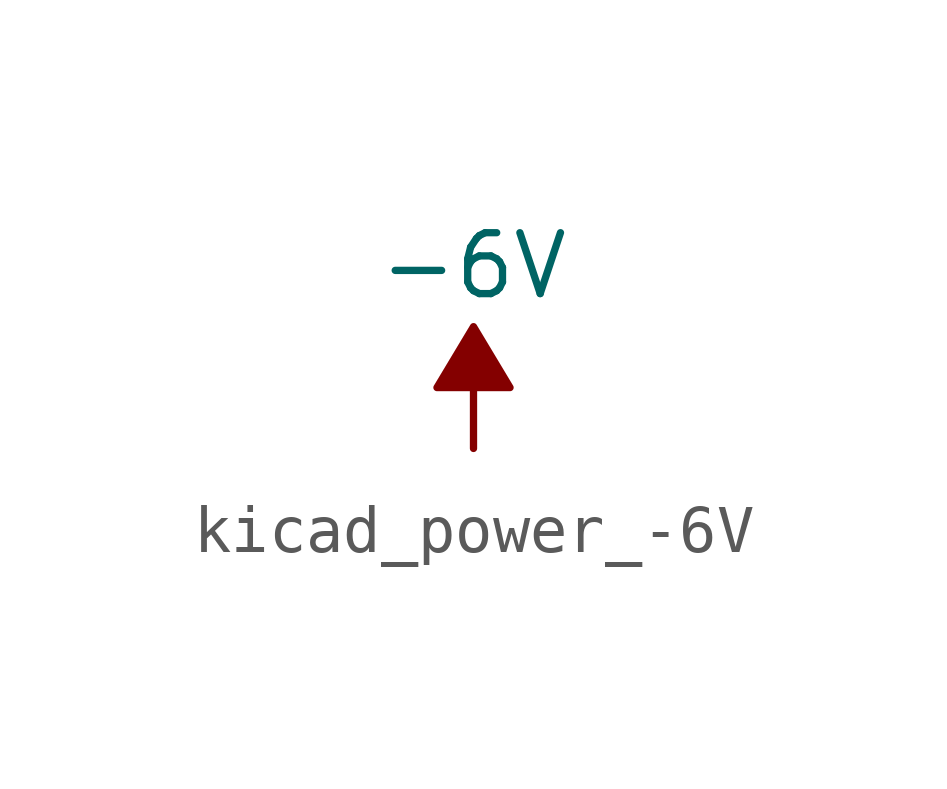
<source format=kicad_sym>
(kicad_symbol_lib
  (version 20220914)
  (generator kicad_symbol_editor)
  (symbol "kicad_power_-6V"
    (power)
    (pin_names
      (offset 0))
    (property "Reference" "#PWR"
      (at 0 2.54 0)
      (effects (font (size 1.27 1.27)) hide))
    (property "Value" "-6V"
      (at 0 3.81 0)
      (effects (font (size 1.27 1.27))))
    (symbol "kicad_power_-6V_0_0"
      (pin power_in line (at 0 0 90) (length 0) hide (name "-6V" (effects (font (size 1.27 1.27)))) (number "1" (effects (font (size 1.27 1.27))))))
    (symbol "kicad_power_-6V_0_1"
      (polyline (pts (xy 0 0) (xy 0 1.27) (xy 0.762 1.27) (xy 0 2.54) (xy -0.762 1.27) (xy 0 1.27)) (stroke (width 0) (type default)) (fill (type outline))))))
</source>
